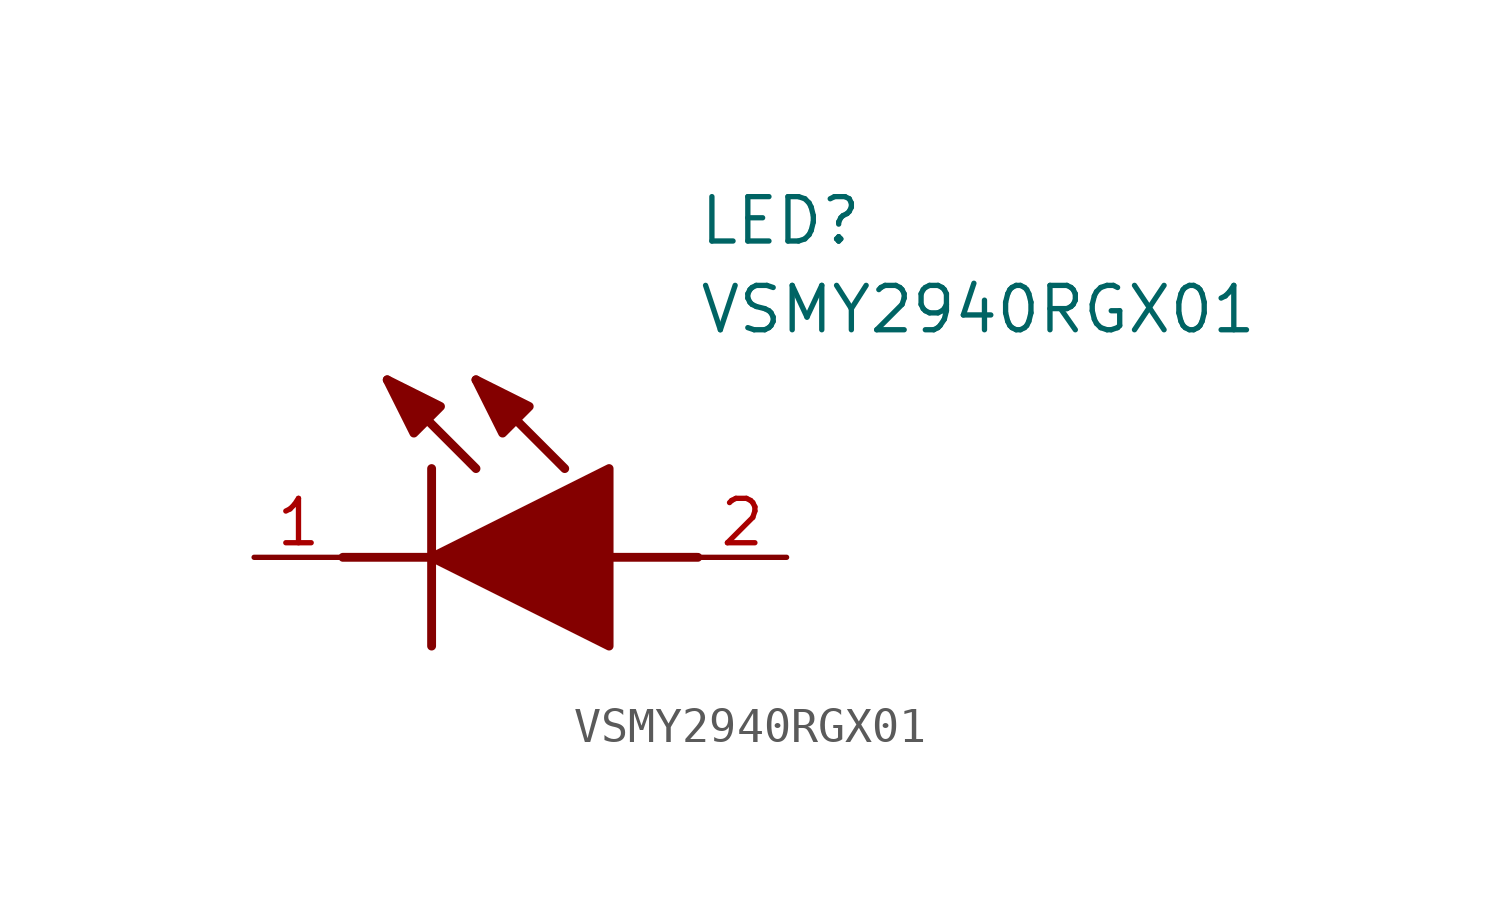
<source format=kicad_sym>
(kicad_symbol_lib
  (version 20211014)
  (generator SamacSys_ECAD_Model)
  (symbol "VSMY2940RGX01"
    (pin_names hide)
    (property "Reference" "LED"
      (at 12.7 8.89 0)
      (effects (font (size 1.27 1.27)) (justify left bottom)))
    (property "Value" "VSMY2940RGX01"
      (at 12.7 6.35 0)
      (effects (font (size 1.27 1.27)) (justify left bottom)))
    (polyline
      (pts (xy 5.08 2.54) (xy 5.08 -2.54))
      (stroke (width 0.254) (type default))
      (fill (type none)))
    (polyline
      (pts (xy 6.35 2.54) (xy 3.81 5.08))
      (stroke (width 0.254) (type default))
      (fill (type none)))
    (polyline
      (pts (xy 8.89 2.54) (xy 6.35 5.08))
      (stroke (width 0.254) (type default))
      (fill (type none)))
    (polyline
      (pts (xy 2.54 0) (xy 5.08 0))
      (stroke (width 0.254) (type default))
      (fill (type none)))
    (polyline
      (pts (xy 10.16 0) (xy 12.7 0))
      (stroke (width 0.254) (type default))
      (fill (type none)))
    (polyline
      (pts (xy 5.08 0) (xy 10.16 2.54) (xy 10.16 -2.54) (xy 5.08 0))
      (stroke (width 0.254) (type default))
      (fill (type outline)))
    (polyline
      (pts (xy 5.334 4.318) (xy 4.572 3.556) (xy 3.81 5.08) (xy 5.334 4.318))
      (stroke (width 0.254) (type default))
      (fill (type outline)))
    (polyline
      (pts (xy 7.874 4.318) (xy 7.112 3.556) (xy 6.35 5.08) (xy 7.874 4.318))
      (stroke (width 0.254) (type default))
      (fill (type outline)))
    (pin passive line
      (at 0 0 0)
      (length 2.54)
      (name "K" (effects (font (size 1.27 1.27))))
      (number "1" (effects (font (size 1.27 1.27)))))
    (pin passive line
      (at 15.24 0 180)
      (length 2.54)
      (name "A" (effects (font (size 1.27 1.27))))
      (number "2" (effects (font (size 1.27 1.27)))))))
</source>
